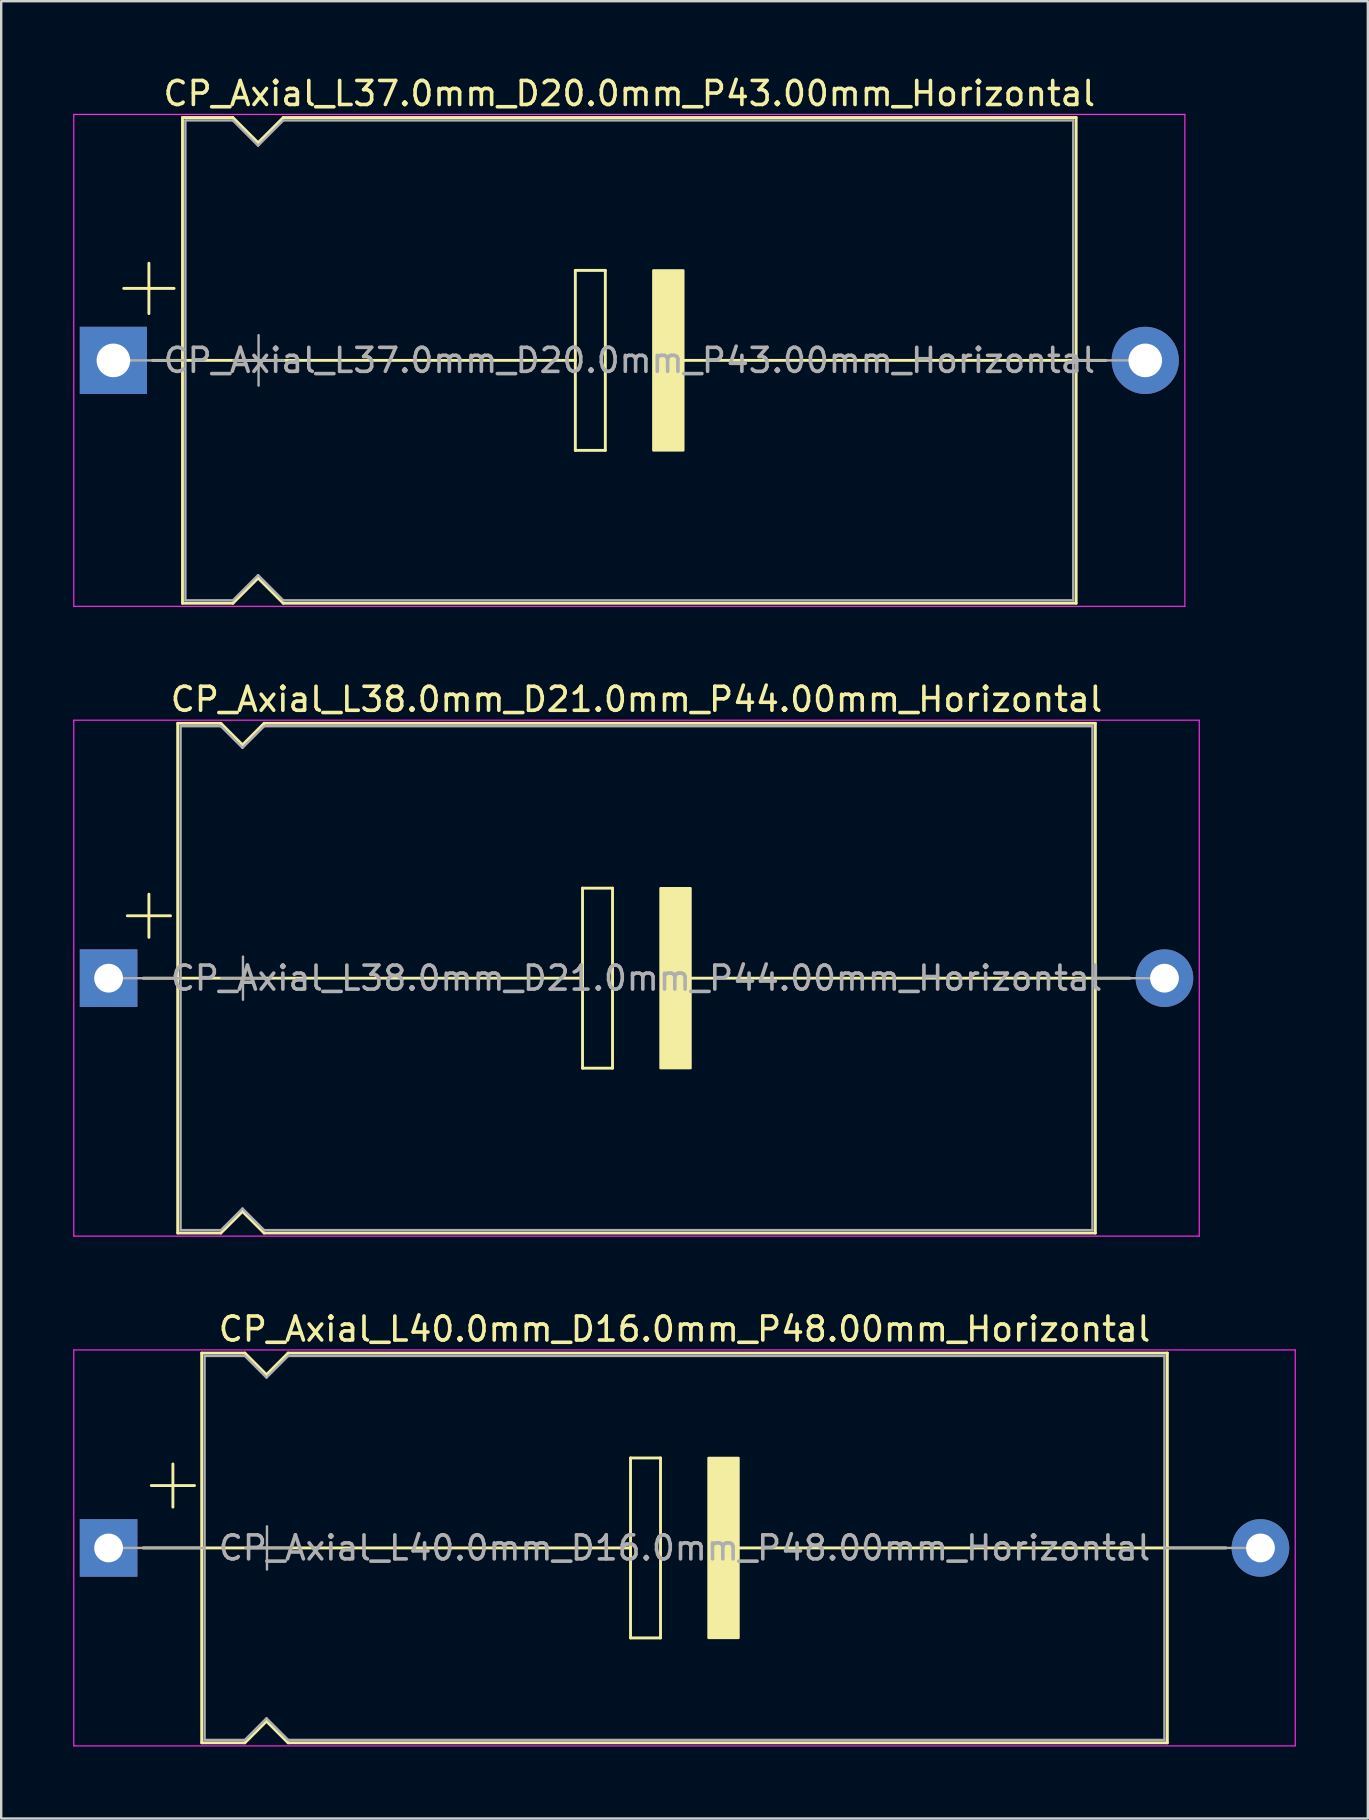
<source format=kicad_pcb>
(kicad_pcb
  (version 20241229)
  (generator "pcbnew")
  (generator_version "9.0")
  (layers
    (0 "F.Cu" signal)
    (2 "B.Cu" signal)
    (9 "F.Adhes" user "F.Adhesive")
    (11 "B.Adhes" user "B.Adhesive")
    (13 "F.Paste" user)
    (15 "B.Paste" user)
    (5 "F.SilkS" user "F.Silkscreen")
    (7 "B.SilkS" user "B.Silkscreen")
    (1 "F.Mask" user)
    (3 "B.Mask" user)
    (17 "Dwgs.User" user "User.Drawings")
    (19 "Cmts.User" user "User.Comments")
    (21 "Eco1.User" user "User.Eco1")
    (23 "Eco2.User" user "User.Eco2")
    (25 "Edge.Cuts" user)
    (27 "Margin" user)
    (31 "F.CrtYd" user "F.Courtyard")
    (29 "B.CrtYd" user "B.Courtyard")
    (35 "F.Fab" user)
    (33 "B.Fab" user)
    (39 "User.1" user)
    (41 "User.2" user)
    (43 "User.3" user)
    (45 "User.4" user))
  (footprint "CP_Axial_L40.0mm_D16.0mm_P48.00mm_Horizontal"
    (layer "F.Cu")
    (at 1.475 61.455)
    (property "Reference" "CP_Axial_L40.0mm_D16.0mm_P48.00mm_Horizontal" (at 24 -9.12 0) (layer "F.SilkS") (effects (font (size 1 1) (thickness 0.15))))
    (attr through_hole)
    (fp_line (start 1.44 0) (end 3.88 0) (stroke (width 0.12) (type solid)) (layer "F.SilkS"))
    (fp_line (start 1.78 -2.6) (end 3.58 -2.6) (stroke (width 0.12) (type solid)) (layer "F.SilkS"))
    (fp_line (start 2.68 -3.5) (end 2.68 -1.7) (stroke (width 0.12) (type solid)) (layer "F.SilkS"))
    (fp_line (start 3.873 0) (end 21.75 0) (stroke (width 0.12) (type solid)) (layer "F.SilkS"))
    (fp_line (start 3.88 -8.12) (end 3.88 8.12) (stroke (width 0.12) (type solid)) (layer "F.SilkS"))
    (fp_line (start 3.88 -8.12) (end 5.68 -8.12) (stroke (width 0.12) (type solid)) (layer "F.SilkS"))
    (fp_line (start 3.88 8.12) (end 5.68 8.12) (stroke (width 0.12) (type solid)) (layer "F.SilkS"))
    (fp_line (start 5.68 -8.12) (end 6.58 -7.22) (stroke (width 0.12) (type solid)) (layer "F.SilkS"))
    (fp_line (start 5.68 8.12) (end 6.58 7.22) (stroke (width 0.12) (type solid)) (layer "F.SilkS"))
    (fp_line (start 6.58 -7.22) (end 7.48 -8.12) (stroke (width 0.12) (type solid)) (layer "F.SilkS"))
    (fp_line (start 6.58 7.22) (end 7.48 8.12) (stroke (width 0.12) (type solid)) (layer "F.SilkS"))
    (fp_line (start 7.48 -8.12) (end 44.12 -8.12) (stroke (width 0.12) (type solid)) (layer "F.SilkS"))
    (fp_line (start 7.48 8.12) (end 44.12 8.12) (stroke (width 0.12) (type solid)) (layer "F.SilkS"))
    (fp_line (start 21.75 -3.75) (end 23 -3.75) (stroke (width 0.12) (type solid)) (layer "F.SilkS"))
    (fp_line (start 21.75 0) (end 21.75 -3.75) (stroke (width 0.12) (type solid)) (layer "F.SilkS"))
    (fp_line (start 21.75 3.75) (end 21.75 0) (stroke (width 0.12) (type solid)) (layer "F.SilkS"))
    (fp_line (start 23 -3.75) (end 23 3.75) (stroke (width 0.12) (type solid)) (layer "F.SilkS"))
    (fp_line (start 23 3.75) (end 21.75 3.75) (stroke (width 0.12) (type solid)) (layer "F.SilkS"))
    (fp_line (start 26.25 0) (end 44.133 0) (stroke (width 0.12) (type solid)) (layer "F.SilkS"))
    (fp_line (start 44.12 -8.12) (end 44.12 8.12) (stroke (width 0.12) (type solid)) (layer "F.SilkS"))
    (fp_line (start 46.56 0) (end 44.12 0) (stroke (width 0.12) (type solid)) (layer "F.SilkS"))
    (fp_poly (pts (xy 26.25 3.75) (xy 25 3.75) (xy 25 -3.75) (xy 26.25 -3.75)) (stroke (width 0.1) (type solid)) (fill yes) (layer "F.SilkS"))
    (fp_line (start -1.45 -8.25) (end -1.45 8.25) (stroke (width 0.05) (type solid)) (layer "F.CrtYd"))
    (fp_line (start -1.45 8.25) (end 49.45 8.25) (stroke (width 0.05) (type solid)) (layer "F.CrtYd"))
    (fp_line (start 49.45 -8.25) (end -1.45 -8.25) (stroke (width 0.05) (type solid)) (layer "F.CrtYd"))
    (fp_line (start 49.45 8.25) (end 49.45 -8.25) (stroke (width 0.05) (type solid)) (layer "F.CrtYd"))
    (fp_line (start 0 0) (end 4 0) (stroke (width 0.1) (type solid)) (layer "F.Fab"))
    (fp_line (start 4 -8) (end 4 8) (stroke (width 0.1) (type solid)) (layer "F.Fab"))
    (fp_line (start 4 -8) (end 5.68 -8) (stroke (width 0.1) (type solid)) (layer "F.Fab"))
    (fp_line (start 4 8) (end 5.68 8) (stroke (width 0.1) (type solid)) (layer "F.Fab"))
    (fp_line (start 5.68 -8) (end 6.58 -7.1) (stroke (width 0.1) (type solid)) (layer "F.Fab"))
    (fp_line (start 5.68 8) (end 6.58 7.1) (stroke (width 0.1) (type solid)) (layer "F.Fab"))
    (fp_line (start 5.7 0) (end 7.5 0) (stroke (width 0.1) (type solid)) (layer "F.Fab"))
    (fp_line (start 6.58 -7.1) (end 7.48 -8) (stroke (width 0.1) (type solid)) (layer "F.Fab"))
    (fp_line (start 6.58 7.1) (end 7.48 8) (stroke (width 0.1) (type solid)) (layer "F.Fab"))
    (fp_line (start 6.6 -0.9) (end 6.6 0.9) (stroke (width 0.1) (type solid)) (layer "F.Fab"))
    (fp_line (start 7.48 -8) (end 44 -8) (stroke (width 0.1) (type solid)) (layer "F.Fab"))
    (fp_line (start 7.48 8) (end 44 8) (stroke (width 0.1) (type solid)) (layer "F.Fab"))
    (fp_line (start 44 -8) (end 44 8) (stroke (width 0.1) (type solid)) (layer "F.Fab"))
    (fp_line (start 48 0) (end 44 0) (stroke (width 0.1) (type solid)) (layer "F.Fab"))
    (fp_text user "${REFERENCE}" (at 24 0 0) (layer "F.Fab") (effects (font (size 1 1) (thickness 0.15))))
    (pad "1" thru_hole rect (at 0 0) (size 2.4 2.4) (drill 1.2) (layers "*.Cu" "*.Mask"))
    (pad "2" thru_hole oval (at 48 0) (size 2.4 2.4) (drill 1.2) (layers "*.Cu" "*.Mask")))
  (footprint "CP_Axial_L37.0mm_D20.0mm_P43.00mm_Horizontal"
    (layer "F.Cu")
    (at 1.675 11.968)
    (property "Reference" "CP_Axial_L37.0mm_D20.0mm_P43.00mm_Horizontal" (at 21.5 -11.12 0) (layer "F.SilkS") (effects (font (size 1 1) (thickness 0.15))))
    (attr through_hole)
    (fp_line (start 0.43 -3) (end 2.53 -3) (stroke (width 0.12) (type solid)) (layer "F.SilkS"))
    (fp_line (start 1.48 -4.05) (end 1.48 -1.95) (stroke (width 0.12) (type solid)) (layer "F.SilkS"))
    (fp_line (start 1.64 0) (end 2.88 0) (stroke (width 0.12) (type solid)) (layer "F.SilkS"))
    (fp_line (start 2.88 -10.12) (end 2.88 10.12) (stroke (width 0.12) (type solid)) (layer "F.SilkS"))
    (fp_line (start 2.88 -10.12) (end 4.98 -10.12) (stroke (width 0.12) (type solid)) (layer "F.SilkS"))
    (fp_line (start 2.88 0) (end 19.25 0) (stroke (width 0.12) (type solid)) (layer "F.SilkS"))
    (fp_line (start 2.88 10.12) (end 4.98 10.12) (stroke (width 0.12) (type solid)) (layer "F.SilkS"))
    (fp_line (start 4.98 -10.12) (end 6.03 -9.07) (stroke (width 0.12) (type solid)) (layer "F.SilkS"))
    (fp_line (start 4.98 10.12) (end 6.03 9.07) (stroke (width 0.12) (type solid)) (layer "F.SilkS"))
    (fp_line (start 6.03 -9.07) (end 7.08 -10.12) (stroke (width 0.12) (type solid)) (layer "F.SilkS"))
    (fp_line (start 6.03 9.07) (end 7.08 10.12) (stroke (width 0.12) (type solid)) (layer "F.SilkS"))
    (fp_line (start 7.08 -10.12) (end 40.12 -10.12) (stroke (width 0.12) (type solid)) (layer "F.SilkS"))
    (fp_line (start 7.08 10.12) (end 40.12 10.12) (stroke (width 0.12) (type solid)) (layer "F.SilkS"))
    (fp_line (start 19.25 -3.75) (end 20.5 -3.75) (stroke (width 0.12) (type solid)) (layer "F.SilkS"))
    (fp_line (start 19.25 0) (end 19.25 -3.75) (stroke (width 0.12) (type solid)) (layer "F.SilkS"))
    (fp_line (start 19.25 3.75) (end 19.25 0) (stroke (width 0.12) (type solid)) (layer "F.SilkS"))
    (fp_line (start 20.5 -3.75) (end 20.5 3.75) (stroke (width 0.12) (type solid)) (layer "F.SilkS"))
    (fp_line (start 20.5 3.75) (end 19.25 3.75) (stroke (width 0.12) (type solid)) (layer "F.SilkS"))
    (fp_line (start 23.75 0) (end 40.132 0) (stroke (width 0.12) (type solid)) (layer "F.SilkS"))
    (fp_line (start 40.12 -10.12) (end 40.12 10.12) (stroke (width 0.12) (type solid)) (layer "F.SilkS"))
    (fp_line (start 41.36 0) (end 40.12 0) (stroke (width 0.12) (type solid)) (layer "F.SilkS"))
    (fp_poly (pts (xy 23.75 3.75) (xy 22.5 3.75) (xy 22.5 -3.75) (xy 23.75 -3.75)) (stroke (width 0.1) (type solid)) (fill yes) (layer "F.SilkS"))
    (fp_line (start -1.65 -10.25) (end -1.65 10.25) (stroke (width 0.05) (type solid)) (layer "F.CrtYd"))
    (fp_line (start -1.65 10.25) (end 44.65 10.25) (stroke (width 0.05) (type solid)) (layer "F.CrtYd"))
    (fp_line (start 44.65 -10.25) (end -1.65 -10.25) (stroke (width 0.05) (type solid)) (layer "F.CrtYd"))
    (fp_line (start 44.65 10.25) (end 44.65 -10.25) (stroke (width 0.05) (type solid)) (layer "F.CrtYd"))
    (fp_line (start 0 0) (end 3 0) (stroke (width 0.1) (type solid)) (layer "F.Fab"))
    (fp_line (start 3 -10) (end 3 10) (stroke (width 0.1) (type solid)) (layer "F.Fab"))
    (fp_line (start 3 -10) (end 4.98 -10) (stroke (width 0.1) (type solid)) (layer "F.Fab"))
    (fp_line (start 3 10) (end 4.98 10) (stroke (width 0.1) (type solid)) (layer "F.Fab"))
    (fp_line (start 4.98 -10) (end 6.03 -8.95) (stroke (width 0.1) (type solid)) (layer "F.Fab"))
    (fp_line (start 4.98 10) (end 6.03 8.95) (stroke (width 0.1) (type solid)) (layer "F.Fab"))
    (fp_line (start 5 0) (end 7.1 0) (stroke (width 0.1) (type solid)) (layer "F.Fab"))
    (fp_line (start 6.03 -8.95) (end 7.08 -10) (stroke (width 0.1) (type solid)) (layer "F.Fab"))
    (fp_line (start 6.03 8.95) (end 7.08 10) (stroke (width 0.1) (type solid)) (layer "F.Fab"))
    (fp_line (start 6.05 -1.05) (end 6.05 1.05) (stroke (width 0.1) (type solid)) (layer "F.Fab"))
    (fp_line (start 7.08 -10) (end 40 -10) (stroke (width 0.1) (type solid)) (layer "F.Fab"))
    (fp_line (start 7.08 10) (end 40 10) (stroke (width 0.1) (type solid)) (layer "F.Fab"))
    (fp_line (start 40 -10) (end 40 10) (stroke (width 0.1) (type solid)) (layer "F.Fab"))
    (fp_line (start 43 0) (end 40 0) (stroke (width 0.1) (type solid)) (layer "F.Fab"))
    (fp_text user "${REFERENCE}" (at 21.5 0 0) (layer "F.Fab") (effects (font (size 1 1) (thickness 0.15))))
    (pad "1" thru_hole rect (at 0 0) (size 2.8 2.8) (drill 1.4) (layers "*.Cu" "*.Mask"))
    (pad "2" thru_hole oval (at 43 0) (size 2.8 2.8) (drill 1.4) (layers "*.Cu" "*.Mask")))
  (footprint "CP_Axial_L38.0mm_D21.0mm_P44.00mm_Horizontal"
    (layer "F.Cu")
    (at 1.475 37.712)
    (property "Reference" "CP_Axial_L38.0mm_D21.0mm_P44.00mm_Horizontal" (at 22 -11.62 0) (layer "F.SilkS") (effects (font (size 1 1) (thickness 0.15))))
    (attr through_hole)
    (fp_line (start 0.78 -2.6) (end 2.58 -2.6) (stroke (width 0.12) (type solid)) (layer "F.SilkS"))
    (fp_line (start 1.44 0) (end 2.88 0) (stroke (width 0.12) (type solid)) (layer "F.SilkS"))
    (fp_line (start 1.68 -3.5) (end 1.68 -1.7) (stroke (width 0.12) (type solid)) (layer "F.SilkS"))
    (fp_line (start 2.88 -10.62) (end 2.88 10.62) (stroke (width 0.12) (type solid)) (layer "F.SilkS"))
    (fp_line (start 2.88 -10.62) (end 4.68 -10.62) (stroke (width 0.12) (type solid)) (layer "F.SilkS"))
    (fp_line (start 2.88 0) (end 19.75 0) (stroke (width 0.12) (type solid)) (layer "F.SilkS"))
    (fp_line (start 2.88 10.62) (end 4.68 10.62) (stroke (width 0.12) (type solid)) (layer "F.SilkS"))
    (fp_line (start 4.68 -10.62) (end 5.58 -9.72) (stroke (width 0.12) (type solid)) (layer "F.SilkS"))
    (fp_line (start 4.68 10.62) (end 5.58 9.72) (stroke (width 0.12) (type solid)) (layer "F.SilkS"))
    (fp_line (start 5.58 -9.72) (end 6.48 -10.62) (stroke (width 0.12) (type solid)) (layer "F.SilkS"))
    (fp_line (start 5.58 9.72) (end 6.48 10.62) (stroke (width 0.12) (type solid)) (layer "F.SilkS"))
    (fp_line (start 6.48 -10.62) (end 41.12 -10.62) (stroke (width 0.12) (type solid)) (layer "F.SilkS"))
    (fp_line (start 6.48 10.62) (end 41.12 10.62) (stroke (width 0.12) (type solid)) (layer "F.SilkS"))
    (fp_line (start 19.75 -3.75) (end 21 -3.75) (stroke (width 0.12) (type solid)) (layer "F.SilkS"))
    (fp_line (start 19.75 0) (end 19.75 -3.75) (stroke (width 0.12) (type solid)) (layer "F.SilkS"))
    (fp_line (start 19.75 3.75) (end 19.75 0) (stroke (width 0.12) (type solid)) (layer "F.SilkS"))
    (fp_line (start 21 -3.75) (end 21 3.75) (stroke (width 0.12) (type solid)) (layer "F.SilkS"))
    (fp_line (start 21 3.75) (end 19.75 3.75) (stroke (width 0.12) (type solid)) (layer "F.SilkS"))
    (fp_line (start 24.25 0) (end 41.12 0) (stroke (width 0.12) (type solid)) (layer "F.SilkS"))
    (fp_line (start 41.12 -10.62) (end 41.12 10.62) (stroke (width 0.12) (type solid)) (layer "F.SilkS"))
    (fp_line (start 42.56 0) (end 41.12 0) (stroke (width 0.12) (type solid)) (layer "F.SilkS"))
    (fp_poly (pts (xy 24.25 3.75) (xy 23 3.75) (xy 23 -3.75) (xy 24.25 -3.75)) (stroke (width 0.1) (type solid)) (fill yes) (layer "F.SilkS"))
    (fp_line (start -1.45 -10.75) (end -1.45 10.75) (stroke (width 0.05) (type solid)) (layer "F.CrtYd"))
    (fp_line (start -1.45 10.75) (end 45.45 10.75) (stroke (width 0.05) (type solid)) (layer "F.CrtYd"))
    (fp_line (start 45.45 -10.75) (end -1.45 -10.75) (stroke (width 0.05) (type solid)) (layer "F.CrtYd"))
    (fp_line (start 45.45 10.75) (end 45.45 -10.75) (stroke (width 0.05) (type solid)) (layer "F.CrtYd"))
    (fp_line (start 0 0) (end 3 0) (stroke (width 0.1) (type solid)) (layer "F.Fab"))
    (fp_line (start 3 -10.5) (end 3 10.5) (stroke (width 0.1) (type solid)) (layer "F.Fab"))
    (fp_line (start 3 -10.5) (end 4.68 -10.5) (stroke (width 0.1) (type solid)) (layer "F.Fab"))
    (fp_line (start 3 10.5) (end 4.68 10.5) (stroke (width 0.1) (type solid)) (layer "F.Fab"))
    (fp_line (start 4.68 -10.5) (end 5.58 -9.6) (stroke (width 0.1) (type solid)) (layer "F.Fab"))
    (fp_line (start 4.68 10.5) (end 5.58 9.6) (stroke (width 0.1) (type solid)) (layer "F.Fab"))
    (fp_line (start 4.7 0) (end 6.5 0) (stroke (width 0.1) (type solid)) (layer "F.Fab"))
    (fp_line (start 5.58 -9.6) (end 6.48 -10.5) (stroke (width 0.1) (type solid)) (layer "F.Fab"))
    (fp_line (start 5.58 9.6) (end 6.48 10.5) (stroke (width 0.1) (type solid)) (layer "F.Fab"))
    (fp_line (start 5.6 -0.9) (end 5.6 0.9) (stroke (width 0.1) (type solid)) (layer "F.Fab"))
    (fp_line (start 6.48 -10.5) (end 41 -10.5) (stroke (width 0.1) (type solid)) (layer "F.Fab"))
    (fp_line (start 6.48 10.5) (end 41 10.5) (stroke (width 0.1) (type solid)) (layer "F.Fab"))
    (fp_line (start 41 -10.5) (end 41 10.5) (stroke (width 0.1) (type solid)) (layer "F.Fab"))
    (fp_line (start 44 0) (end 41 0) (stroke (width 0.1) (type solid)) (layer "F.Fab"))
    (fp_text user "${REFERENCE}" (at 22 0 0) (layer "F.Fab") (effects (font (size 1 1) (thickness 0.15))))
    (pad "1" thru_hole rect (at 0 0) (size 2.4 2.4) (drill 1.2) (layers "*.Cu" "*.Mask"))
    (pad "2" thru_hole oval (at 44 0) (size 2.4 2.4) (drill 1.2) (layers "*.Cu" "*.Mask")))
  (gr_rect
    (start -3 -3)
    (end 53.95 72.73)
    (stroke (width 0.1) (type default))
    (fill no)
    (layer "Edge.Cuts")))
</source>
